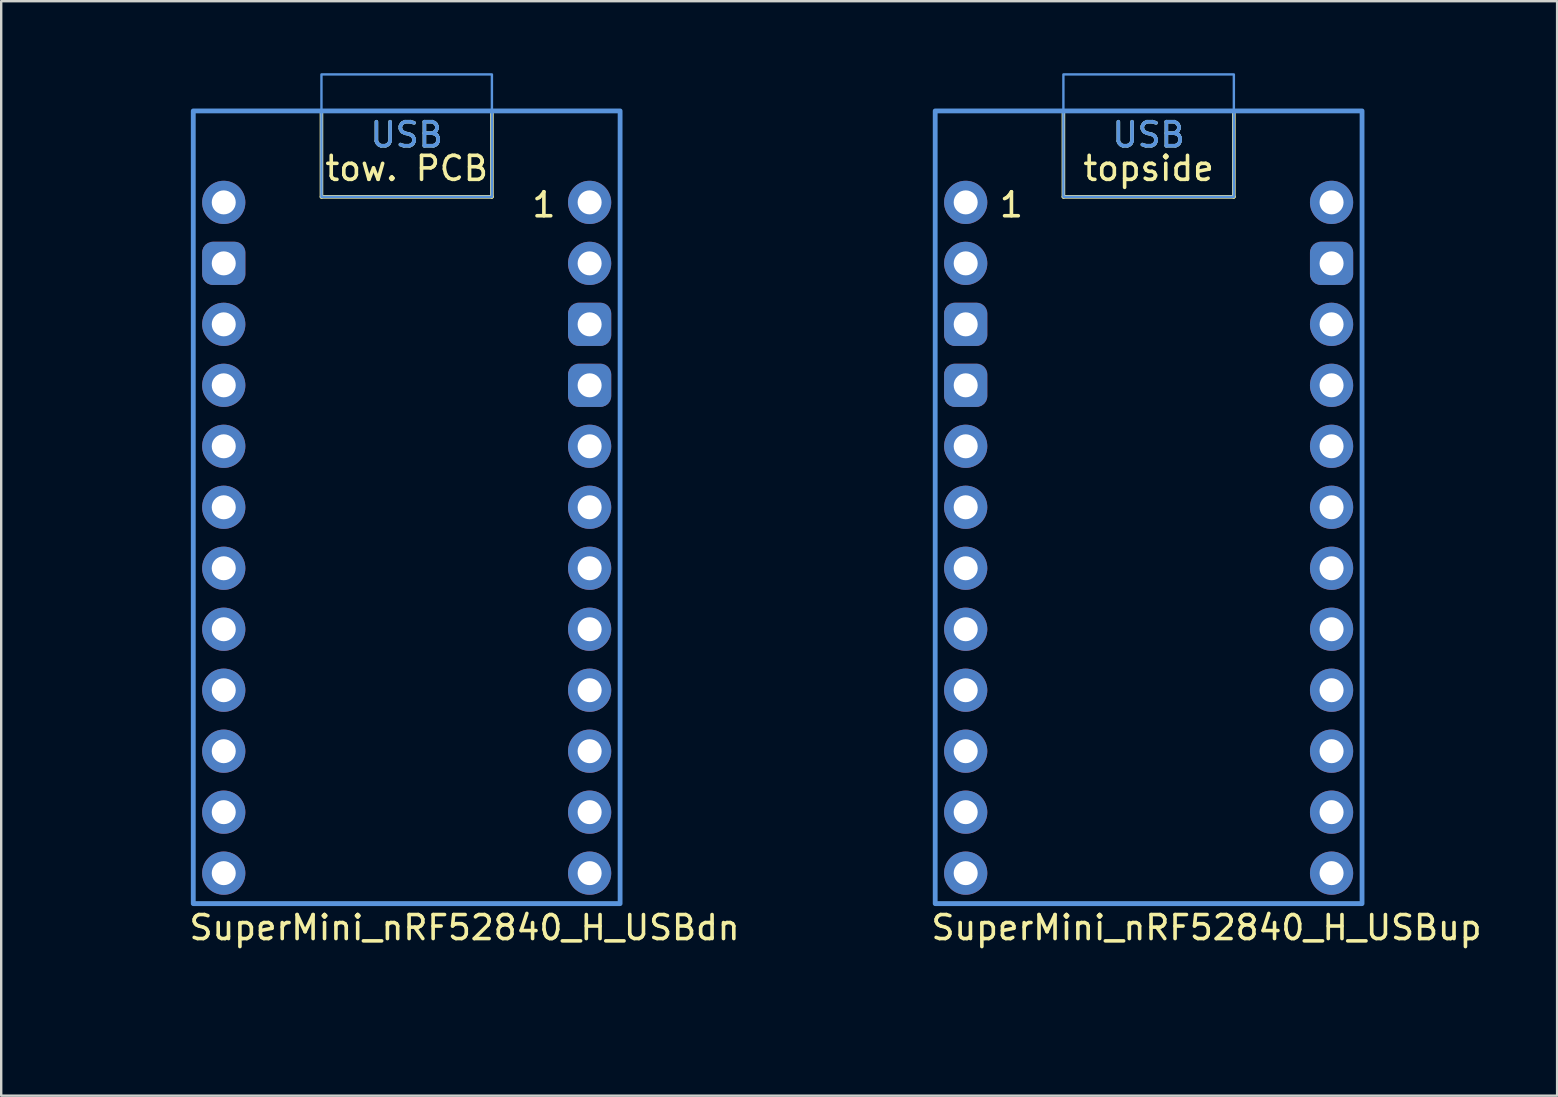
<source format=kicad_pcb>
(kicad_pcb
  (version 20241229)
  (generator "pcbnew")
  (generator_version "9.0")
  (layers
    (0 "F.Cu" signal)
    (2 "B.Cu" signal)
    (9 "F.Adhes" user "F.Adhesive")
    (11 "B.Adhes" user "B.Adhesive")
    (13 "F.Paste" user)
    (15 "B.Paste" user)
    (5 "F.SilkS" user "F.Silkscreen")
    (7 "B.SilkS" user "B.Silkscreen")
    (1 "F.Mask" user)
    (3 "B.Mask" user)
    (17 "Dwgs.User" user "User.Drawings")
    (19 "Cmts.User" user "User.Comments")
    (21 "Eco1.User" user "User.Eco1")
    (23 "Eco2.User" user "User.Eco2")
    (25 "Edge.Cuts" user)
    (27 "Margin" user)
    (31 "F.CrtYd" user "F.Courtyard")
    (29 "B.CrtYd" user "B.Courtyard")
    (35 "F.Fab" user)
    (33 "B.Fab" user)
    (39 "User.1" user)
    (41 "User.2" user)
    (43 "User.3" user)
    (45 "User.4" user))
  (footprint "SuperMini_nRF52840_H_USBdn"
    (layer "F.Cu")
    (at 13.89 19.35)
    (property "Reference" "SuperMini_nRF52840_H_USBdn" (at -9.14 16.24 0) (layer "F.SilkS") (effects (font (size 1 1) (thickness 0.15)) (justify left)))
    (attr through_hole exclude_from_pos_files exclude_from_bom)
    (fp_line (start -3.55 -14.2) (end -3.55 -17.78) (stroke (width 0.15) (type default)) (layer "F.SilkS"))
    (fp_line (start 3.55 -14.2) (end -3.55 -14.2) (stroke (width 0.15) (type default)) (layer "F.SilkS"))
    (fp_line (start 3.55 -14.2) (end 3.55 -17.78) (stroke (width 0.15) (type default)) (layer "F.SilkS"))
    (fp_rect (start -8.89 -17.78) (end 8.89 15.24) (stroke (width 0.15) (type solid)) (fill no) (layer "F.SilkS"))
    (fp_rect (start -3.55 -19.3) (end 3.55 -14.2) (stroke (width 0.1) (type default)) (fill no) (layer "Cmts.User"))
    (fp_rect (start 8.89 -17.78) (end -8.89 15.24) (stroke (width 0.2) (type solid)) (fill no) (layer "Cmts.User"))
    (fp_text user "USB" (at 0 -16.2 0) (unlocked yes) (layer "F.SilkS") (effects (font (size 1 1) (thickness 0.15)) (justify bottom)))
    (fp_text user "tow. PCB" (at 0 -14.8 0) (unlocked yes) (layer "F.SilkS") (effects (font (size 1 1) (thickness 0.15)) (justify bottom)))
    (fp_text user "1" (at 5.715 -13.283 0) (layer "F.SilkS") (effects (font (size 1 1) (thickness 0.15)) (justify bottom)))
    (fp_text user "USB" (at 0 -16.2 0) (layer "Cmts.User") (effects (font (size 1 1) (thickness 0.15)) (justify bottom)))
    (pad "1" thru_hole circle (at 7.62 -13.97) (size 1.8 1.8) (drill 1) (layers "*.Cu" "B.Mask"))
    (pad "2" thru_hole circle (at 7.62 -11.43) (size 1.8 1.8) (drill 1) (layers "*.Cu" "B.Mask"))
    (pad "3" thru_hole roundrect (at 7.62 -8.89) (size 1.8 1.8) (drill 1) (layers "*.Cu" "B.Mask") (roundrect_rratio 0.25))
    (pad "4" thru_hole roundrect (at 7.62 -6.35) (size 1.8 1.8) (drill 1) (layers "*.Cu" "B.Mask") (roundrect_rratio 0.25))
    (pad "5" thru_hole circle (at 7.62 -3.81) (size 1.8 1.8) (drill 1) (layers "*.Cu" "B.Mask"))
    (pad "6" thru_hole circle (at 7.62 -1.27) (size 1.8 1.8) (drill 1) (layers "*.Cu" "B.Mask"))
    (pad "7" thru_hole circle (at 7.62 1.27) (size 1.8 1.8) (drill 1) (layers "*.Cu" "B.Mask"))
    (pad "8" thru_hole circle (at 7.62 3.81) (size 1.8 1.8) (drill 1) (layers "*.Cu" "B.Mask"))
    (pad "9" thru_hole circle (at 7.62 6.35) (size 1.8 1.8) (drill 1) (layers "*.Cu" "B.Mask"))
    (pad "10" thru_hole circle (at 7.62 8.89) (size 1.8 1.8) (drill 1) (layers "*.Cu" "B.Mask"))
    (pad "11" thru_hole circle (at 7.62 11.43) (size 1.8 1.8) (drill 1) (layers "*.Cu" "B.Mask"))
    (pad "12" thru_hole circle (at 7.62 13.97) (size 1.8 1.8) (drill 1) (layers "*.Cu" "B.Mask"))
    (pad "13" thru_hole circle (at -7.62 -13.97) (size 1.8 1.8) (drill 1) (layers "*.Cu" "B.Mask"))
    (pad "14" thru_hole roundrect (at -7.62 -11.43) (size 1.8 1.8) (drill 1) (layers "*.Cu" "B.Mask") (roundrect_rratio 0.25))
    (pad "15" thru_hole circle (at -7.62 -8.89) (size 1.8 1.8) (drill 1) (layers "*.Cu" "B.Mask"))
    (pad "16" thru_hole circle (at -7.62 -6.35) (size 1.8 1.8) (drill 1) (layers "*.Cu" "B.Mask"))
    (pad "17" thru_hole circle (at -7.62 -3.81) (size 1.8 1.8) (drill 1) (layers "*.Cu" "B.Mask"))
    (pad "18" thru_hole circle (at -7.62 -1.27) (size 1.8 1.8) (drill 1) (layers "*.Cu" "B.Mask"))
    (pad "19" thru_hole circle (at -7.62 1.27) (size 1.8 1.8) (drill 1) (layers "*.Cu" "B.Mask"))
    (pad "20" thru_hole circle (at -7.62 3.81) (size 1.8 1.8) (drill 1) (layers "*.Cu" "B.Mask"))
    (pad "21" thru_hole circle (at -7.62 6.35) (size 1.8 1.8) (drill 1) (layers "*.Cu" "B.Mask"))
    (pad "22" thru_hole circle (at -7.62 8.89) (size 1.8 1.8) (drill 1) (layers "*.Cu" "B.Mask"))
    (pad "23" thru_hole circle (at -7.62 11.43) (size 1.8 1.8) (drill 1) (layers "*.Cu" "B.Mask"))
    (pad "24" thru_hole circle (at -7.62 13.97) (size 1.8 1.8) (drill 1) (layers "*.Cu" "B.Mask"))
    (zone (net_name "") (layers "F.Cu" "B.Cu") (name "ANT") (hatch edge 0.5) (connect_pads) (min_thickness 0.25) (filled_areas_thickness no) (keepout (tracks allowed) (vias allowed) (pads allowed) (copperpour not_allowed) (footprints allowed)) (placement (enabled no)) (fill) (polygon (pts (xy 0 29.51) (xy 27.78 29.51) (xy 27.78 39.59) (xy 0 39.59)))))
  (footprint "SuperMini_nRF52840_H_USBup"
    (layer "F.Cu")
    (at 44.795 19.35)
    (property "Reference" "SuperMini_nRF52840_H_USBup" (at -9.14 16.24 0) (layer "F.SilkS") (effects (font (size 1 1) (thickness 0.15)) (justify left)))
    (attr through_hole exclude_from_pos_files exclude_from_bom)
    (fp_line (start -3.55 -14.2) (end -3.55 -17.78) (stroke (width 0.15) (type default)) (layer "F.SilkS"))
    (fp_line (start 3.55 -14.2) (end -3.55 -14.2) (stroke (width 0.15) (type default)) (layer "F.SilkS"))
    (fp_line (start 3.55 -14.2) (end 3.55 -17.78) (stroke (width 0.15) (type default)) (layer "F.SilkS"))
    (fp_rect (start -8.89 -17.78) (end 8.89 15.24) (stroke (width 0.15) (type solid)) (fill no) (layer "F.SilkS"))
    (fp_rect (start -3.55 -19.3) (end 3.55 -14.2) (stroke (width 0.1) (type default)) (fill no) (layer "Cmts.User"))
    (fp_rect (start 8.89 -17.78) (end -8.89 15.24) (stroke (width 0.2) (type solid)) (fill no) (layer "Cmts.User"))
    (fp_text user "topside" (at 0 -14.8 0) (unlocked yes) (layer "F.SilkS") (effects (font (size 1 1) (thickness 0.15)) (justify bottom)))
    (fp_text user "1" (at -5.715 -13.283 0) (layer "F.SilkS") (effects (font (size 1 1) (thickness 0.15)) (justify bottom)))
    (fp_text user "USB" (at 0 -16.2 0) (unlocked yes) (layer "F.SilkS") (effects (font (size 1 1) (thickness 0.15)) (justify bottom)))
    (fp_text user "USB" (at 0 -16.2 0) (layer "Cmts.User") (effects (font (size 1 1) (thickness 0.15)) (justify bottom)))
    (pad "1" thru_hole circle (at -7.62 -13.97) (size 1.8 1.8) (drill 1) (layers "*.Cu" "B.Mask"))
    (pad "2" thru_hole circle (at -7.62 -11.43) (size 1.8 1.8) (drill 1) (layers "*.Cu" "B.Mask"))
    (pad "3" thru_hole roundrect (at -7.62 -8.89) (size 1.8 1.8) (drill 1) (layers "*.Cu" "B.Mask") (roundrect_rratio 0.25))
    (pad "4" thru_hole roundrect (at -7.62 -6.35) (size 1.8 1.8) (drill 1) (layers "*.Cu" "B.Mask") (roundrect_rratio 0.25))
    (pad "5" thru_hole circle (at -7.62 -3.81) (size 1.8 1.8) (drill 1) (layers "*.Cu" "B.Mask"))
    (pad "6" thru_hole circle (at -7.62 -1.27) (size 1.8 1.8) (drill 1) (layers "*.Cu" "B.Mask"))
    (pad "7" thru_hole circle (at -7.62 1.27) (size 1.8 1.8) (drill 1) (layers "*.Cu" "B.Mask"))
    (pad "8" thru_hole circle (at -7.62 3.81) (size 1.8 1.8) (drill 1) (layers "*.Cu" "B.Mask"))
    (pad "9" thru_hole circle (at -7.62 6.35) (size 1.8 1.8) (drill 1) (layers "*.Cu" "B.Mask"))
    (pad "10" thru_hole circle (at -7.62 8.89) (size 1.8 1.8) (drill 1) (layers "*.Cu" "B.Mask"))
    (pad "11" thru_hole circle (at -7.62 11.43) (size 1.8 1.8) (drill 1) (layers "*.Cu" "B.Mask"))
    (pad "12" thru_hole circle (at -7.62 13.97) (size 1.8 1.8) (drill 1) (layers "*.Cu" "B.Mask"))
    (pad "13" thru_hole circle (at 7.62 -13.97) (size 1.8 1.8) (drill 1) (layers "*.Cu" "B.Mask"))
    (pad "14" thru_hole roundrect (at 7.62 -11.43) (size 1.8 1.8) (drill 1) (layers "*.Cu" "B.Mask") (roundrect_rratio 0.25))
    (pad "15" thru_hole circle (at 7.62 -8.89) (size 1.8 1.8) (drill 1) (layers "*.Cu" "B.Mask"))
    (pad "16" thru_hole circle (at 7.62 -6.35) (size 1.8 1.8) (drill 1) (layers "*.Cu" "B.Mask"))
    (pad "17" thru_hole circle (at 7.62 -3.81) (size 1.8 1.8) (drill 1) (layers "*.Cu" "B.Mask"))
    (pad "18" thru_hole circle (at 7.62 -1.27) (size 1.8 1.8) (drill 1) (layers "*.Cu" "B.Mask"))
    (pad "19" thru_hole circle (at 7.62 1.27) (size 1.8 1.8) (drill 1) (layers "*.Cu" "B.Mask"))
    (pad "20" thru_hole circle (at 7.62 3.81) (size 1.8 1.8) (drill 1) (layers "*.Cu" "B.Mask"))
    (pad "21" thru_hole circle (at 7.62 6.35) (size 1.8 1.8) (drill 1) (layers "*.Cu" "B.Mask"))
    (pad "22" thru_hole circle (at 7.62 8.89) (size 1.8 1.8) (drill 1) (layers "*.Cu" "B.Mask"))
    (pad "23" thru_hole circle (at 7.62 11.43) (size 1.8 1.8) (drill 1) (layers "*.Cu" "B.Mask"))
    (pad "24" thru_hole circle (at 7.62 13.97) (size 1.8 1.8) (drill 1) (layers "*.Cu" "B.Mask"))
    (zone (net_name "") (layers "F.Cu" "B.Cu") (name "ANT") (hatch edge 0.5) (connect_pads) (min_thickness 0.25) (filled_areas_thickness no) (keepout (tracks allowed) (vias allowed) (pads allowed) (copperpour not_allowed) (footprints allowed)) (placement (enabled no)) (fill) (polygon (pts (xy 30.905 29.51) (xy 58.685 29.51) (xy 58.685 39.59) (xy 30.905 39.59)))))
  (gr_rect
    (start -3 -3)
    (end 61.81 42.59)
    (stroke (width 0.1) (type default))
    (fill no)
    (layer "Edge.Cuts")))
</source>
